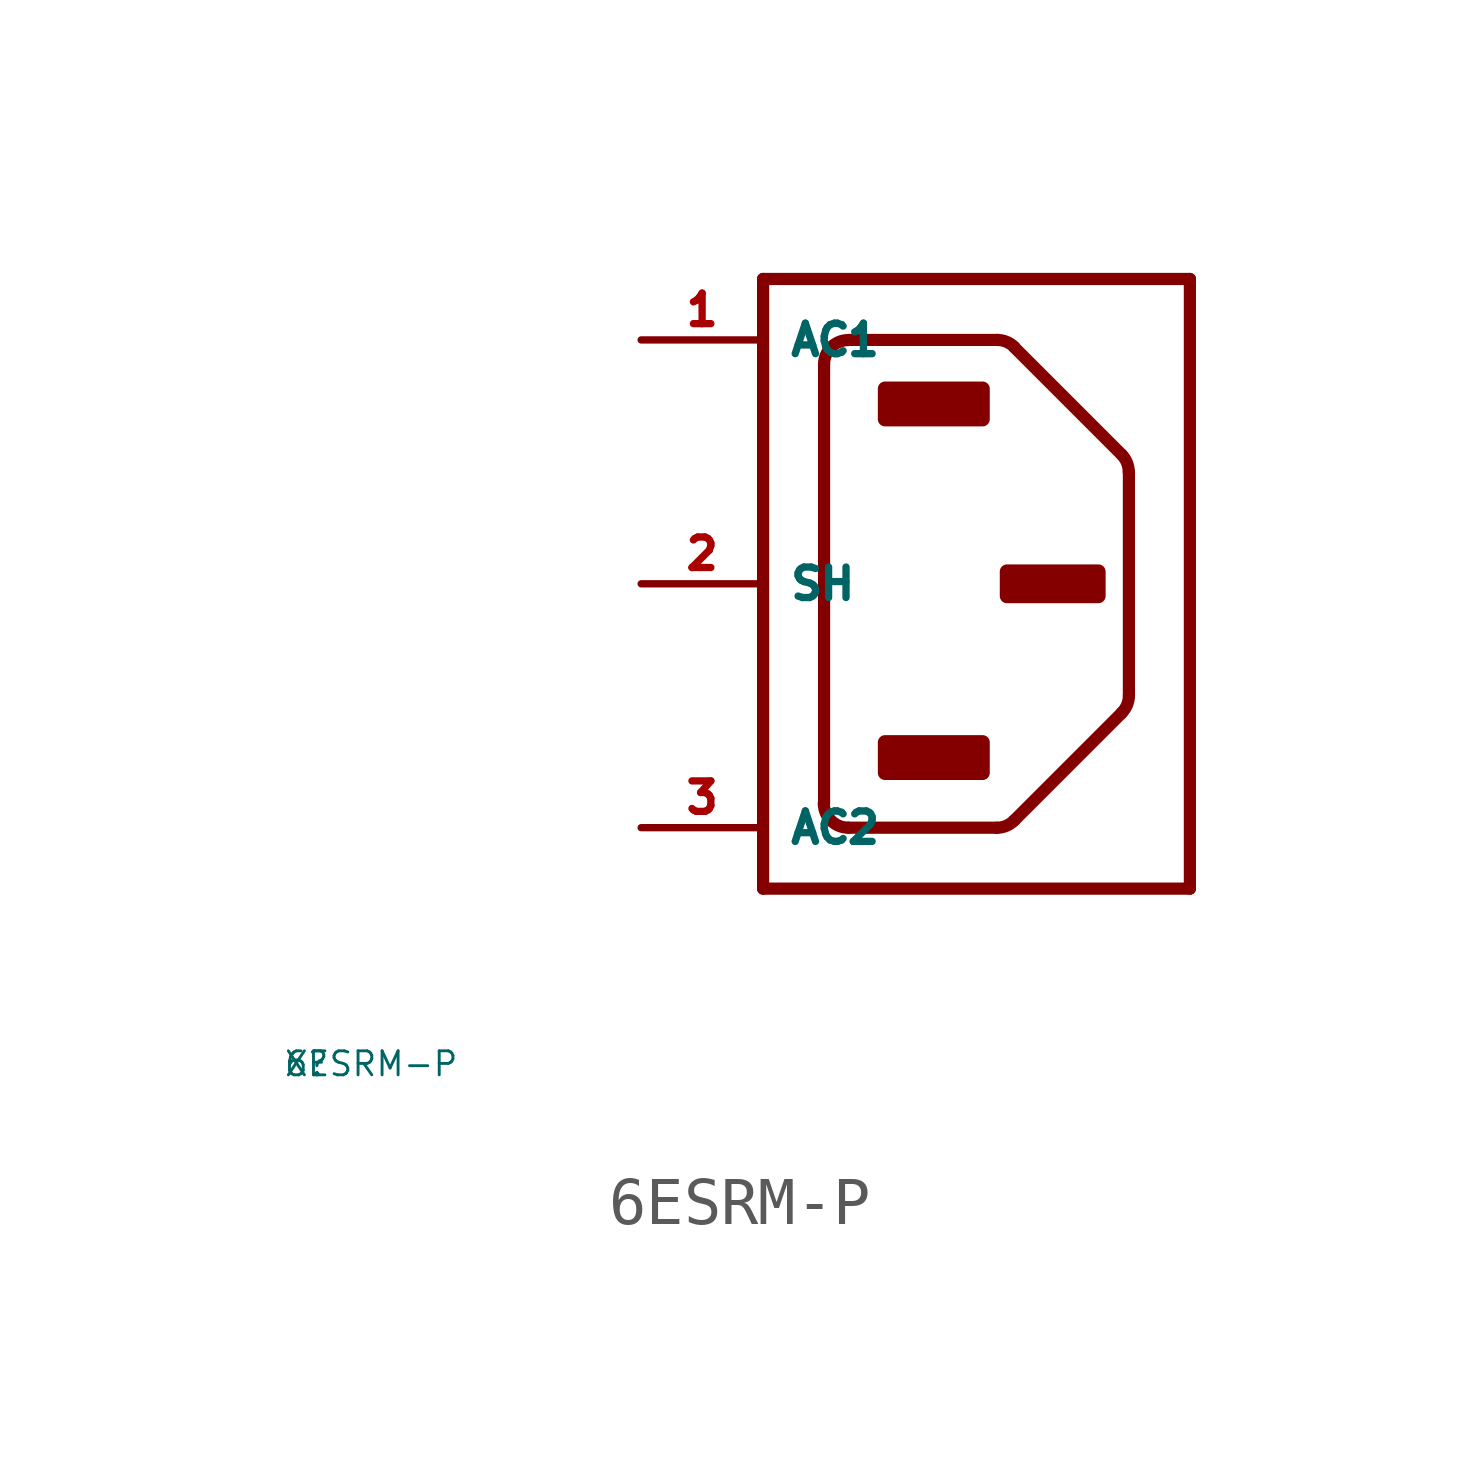
<source format=kicad_sym>
(kicad_symbol_lib
  (version 20220914)
  (generator Eagle2Kicad)
  (symbol "6ESRM-P"
    (property "Reference" "X"
      (at -10 -10 0)
      (effects (font (size 0.5 0.5) (thickness 0.06)) (justify left)))
    (property "Value" "6ESRM-P"
      (at -10 -10 0)
      (effects (font (size 0.5 0.5) (thickness 0.06)) (justify left)))
    (polyline
      (pts (xy 0 6.35) (xy 0 -6.35))
      (stroke (width 0.254) (type default))
      (fill (type none)))
    (polyline
      (pts (xy 0 -6.35) (xy 8.89 -6.35))
      (stroke (width 0.254) (type default))
      (fill (type none)))
    (polyline
      (pts (xy 8.89 -6.35) (xy 8.89 6.35))
      (stroke (width 0.254) (type default))
      (fill (type none)))
    (polyline
      (pts (xy 8.89 6.35) (xy 0 6.35))
      (stroke (width 0.254) (type default))
      (fill (type none)))
    (arc
      (start 4.8696 -5.08)
      (mid 5.064 -5.041)
      (end 5.2288 -4.9312)
      (stroke (width 0.254) (type default))
      (fill (type none)))
    (polyline
      (pts (xy 5.229 -4.931) (xy 7.471 -2.689))
      (stroke (width 0.254) (type default))
      (fill (type none)))
    (arc
      (start 7.4712 -2.6888)
      (mid 7.581 -2.524)
      (end 7.62 -2.3296)
      (stroke (width 0.254) (type default))
      (fill (type none)))
    (polyline
      (pts (xy 7.62 -2.33) (xy 7.62 2.33))
      (stroke (width 0.254) (type default))
      (fill (type none)))
    (arc
      (start 7.62 2.3296)
      (mid 7.581 2.524)
      (end 7.4712 2.6888)
      (stroke (width 0.254) (type default))
      (fill (type none)))
    (polyline
      (pts (xy 7.471 2.689) (xy 5.229 4.931))
      (stroke (width 0.254) (type default))
      (fill (type none)))
    (arc
      (start 5.2288 4.9312)
      (mid 5.064 5.041)
      (end 4.8696 5.08)
      (stroke (width 0.254) (type default))
      (fill (type none)))
    (polyline
      (pts (xy 4.87 5.08) (xy 1.778 5.08))
      (stroke (width 0.254) (type default))
      (fill (type none)))
    (arc
      (start 1.778 5.08)
      (mid 1.419 4.931)
      (end 1.27 4.572)
      (stroke (width 0.254) (type default))
      (fill (type none)))
    (polyline
      (pts (xy 1.27 4.572) (xy 1.27 -4.572))
      (stroke (width 0.254) (type default))
      (fill (type none)))
    (arc
      (start 1.27 -4.572)
      (mid 1.419 -4.931)
      (end 1.778 -5.08)
      (stroke (width 0.254) (type default))
      (fill (type none)))
    (polyline
      (pts (xy 1.778 -5.08) (xy 4.87 -5.08))
      (stroke (width 0.254) (type default))
      (fill (type none)))
    (rectangle
      (start 2.54 3.429)
      (end 4.572 4.064)
      (stroke (width 0.3) (type default))
      (fill (type outline)))
    (rectangle
      (start 5.08 -0.254)
      (end 6.985 0.254)
      (stroke (width 0.3) (type default))
      (fill (type outline)))
    (rectangle
      (start 2.54 -3.937)
      (end 4.572 -3.302)
      (stroke (width 0.3) (type default))
      (fill (type outline)))
    (pin passive line
      (at -2.54 5.08 0)
      (length 2.54)
      (name "AC1" (effects (font (size 0.635 0.635) (thickness 0.08)) (justify left bottom)))
      (number "1" (effects (font (size 0.635 0.635) (thickness 0.08)) (justify left bottom))))
    (pin passive line
      (at -2.54 -5.08 0)
      (length 2.54)
      (name "AC2" (effects (font (size 0.635 0.635) (thickness 0.08)) (justify left bottom)))
      (number "3" (effects (font (size 0.635 0.635) (thickness 0.08)) (justify left bottom))))
    (pin passive line
      (at -2.54 0 0)
      (length 2.54)
      (name "SH" (effects (font (size 0.635 0.635) (thickness 0.08)) (justify left bottom)))
      (number "2" (effects (font (size 0.635 0.635) (thickness 0.08)) (justify left bottom))))))
</source>
